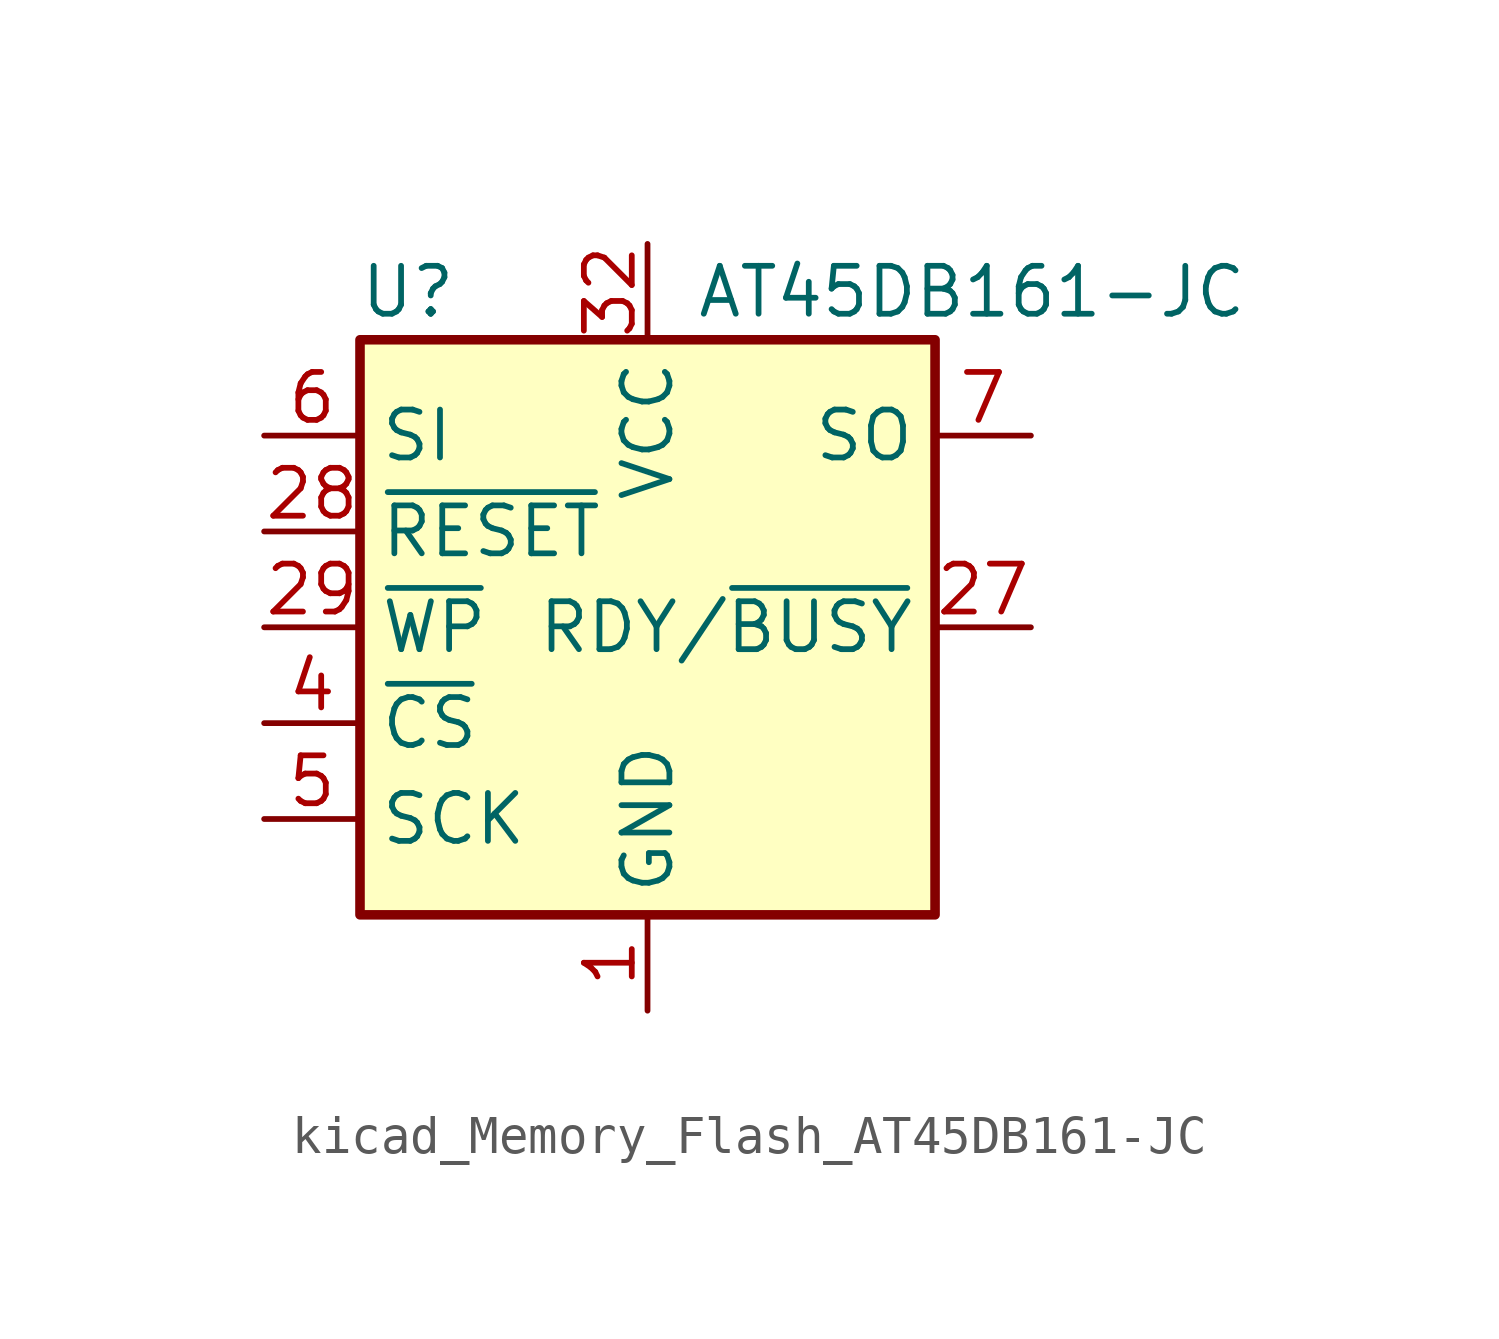
<source format=kicad_sym>
(kicad_symbol_lib
  (version 20220914)
  (generator kicad_symbol_editor)
  (symbol "kicad_Memory_Flash_AT45DB161-JC"
    (property "Reference" "U"
      (at -6.35 8.89 0)
      (effects (font (size 1.27 1.27))))
    (property "Value" "AT45DB161-JC"
      (at 1.27 8.89 0)
      (effects (font (size 1.27 1.27)) (justify left)))
    (symbol "kicad_Memory_Flash_AT45DB161-JC_0_1"
      (rectangle (start -7.62 7.62) (end 7.62 -7.62) (stroke (width 0.254) (type default)) (fill (type background))))
    (symbol "kicad_Memory_Flash_AT45DB161-JC_1_1"
      (pin power_in line (at 0 -10.16 90) (length 2.54) (name "GND" (effects (font (size 1.27 1.27)))) (number "1" (effects (font (size 1.27 1.27)))))
      (pin output line (at 10.16 0 180) (length 2.54) (name "RDY/~{BUSY}" (effects (font (size 1.27 1.27)))) (number "27" (effects (font (size 1.27 1.27)))))
      (pin input line (at -10.16 2.54 0) (length 2.54) (name "~{RESET}" (effects (font (size 1.27 1.27)))) (number "28" (effects (font (size 1.27 1.27)))))
      (pin input line (at -10.16 0 0) (length 2.54) (name "~{WP}" (effects (font (size 1.27 1.27)))) (number "29" (effects (font (size 1.27 1.27)))))
      (pin power_in line (at 0 10.16 270) (length 2.54) (name "VCC" (effects (font (size 1.27 1.27)))) (number "32" (effects (font (size 1.27 1.27)))))
      (pin input line (at -10.16 -2.54 0) (length 2.54) (name "~{CS}" (effects (font (size 1.27 1.27)))) (number "4" (effects (font (size 1.27 1.27)))))
      (pin input line (at -10.16 -5.08 0) (length 2.54) (name "SCK" (effects (font (size 1.27 1.27)))) (number "5" (effects (font (size 1.27 1.27)))))
      (pin input line (at -10.16 5.08 0) (length 2.54) (name "SI" (effects (font (size 1.27 1.27)))) (number "6" (effects (font (size 1.27 1.27)))))
      (pin output line (at 10.16 5.08 180) (length 2.54) (name "SO" (effects (font (size 1.27 1.27)))) (number "7" (effects (font (size 1.27 1.27))))))))
</source>
